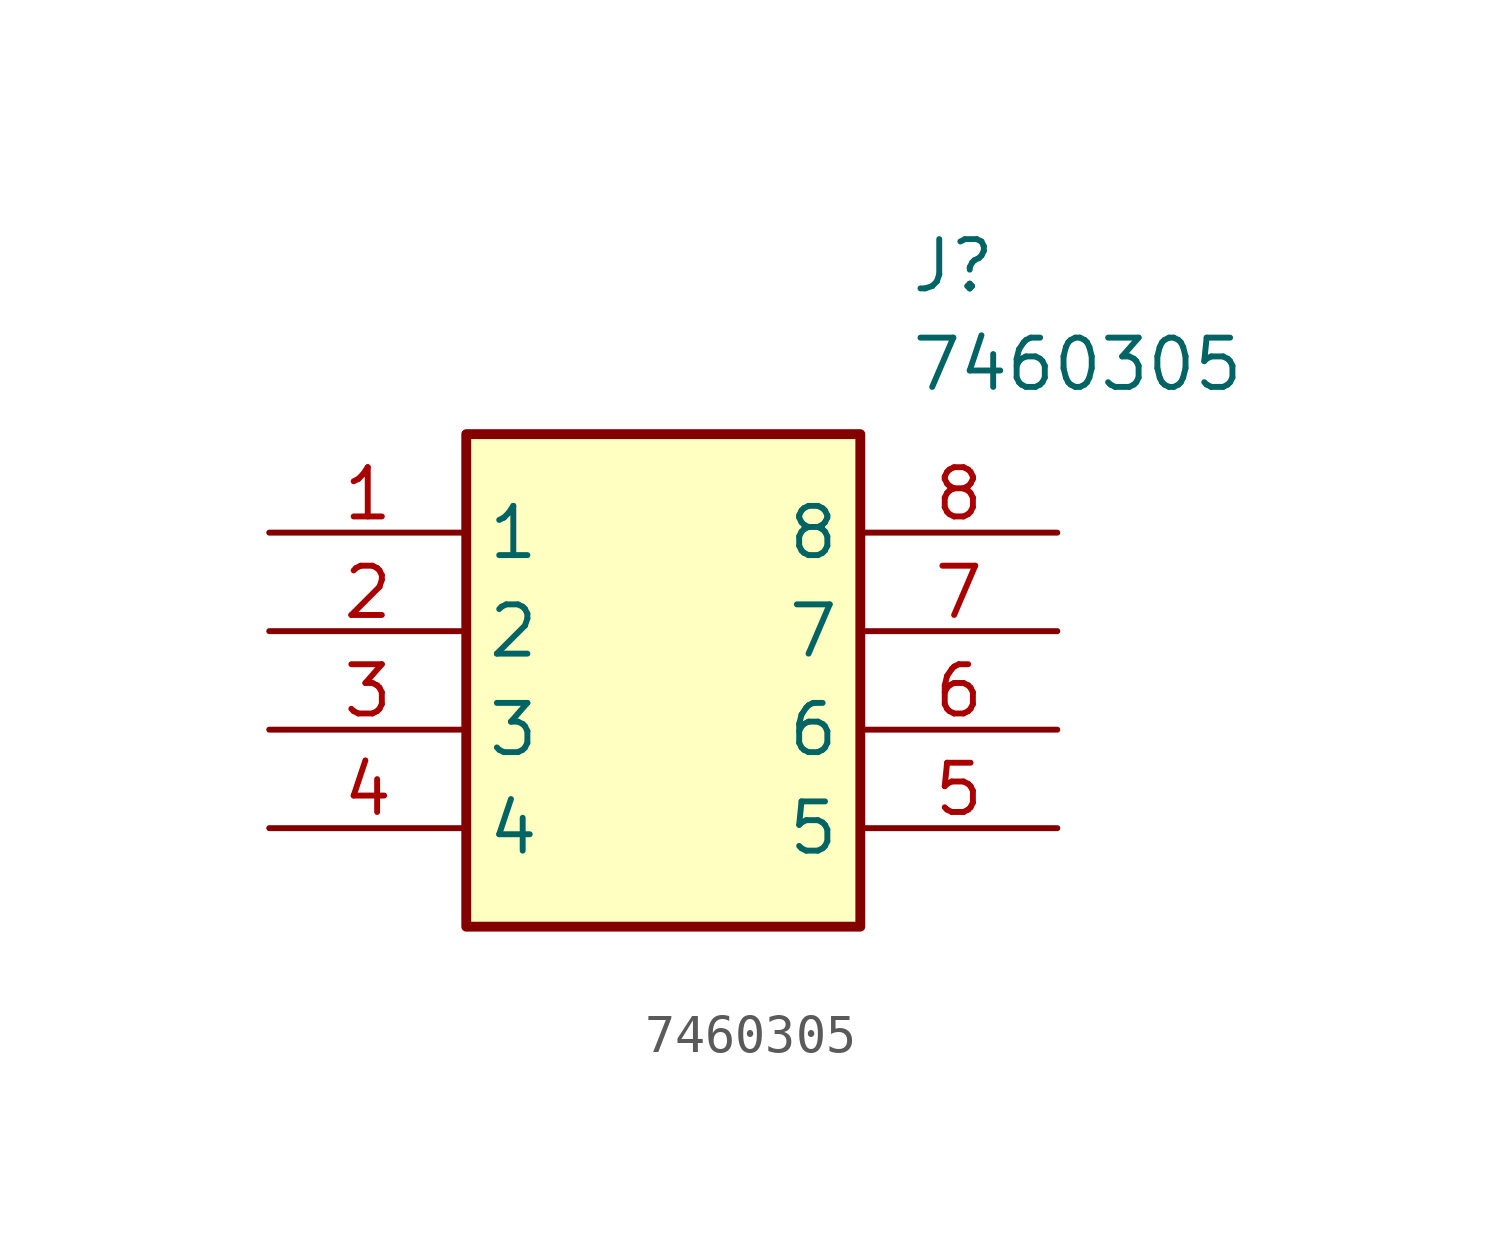
<source format=kicad_sym>
(kicad_symbol_lib
  (version 20211014)
  (generator SamacSys_ECAD_Model)
  (symbol "7460305"
    (property "Reference" "J"
      (at 16.51 7.62 0)
      (effects (font (size 1.27 1.27)) (justify left top)))
    (property "Value" "7460305"
      (at 16.51 5.08 0)
      (effects (font (size 1.27 1.27)) (justify left top)))
    (rectangle
      (start 5.08 2.54)
      (end 15.24 -10.16)
      (stroke (width 0.254) (type default))
      (fill (type background)))
    (pin passive line
      (at 0 0 0)
      (length 5.08)
      (name "1" (effects (font (size 1.27 1.27))))
      (number "1" (effects (font (size 1.27 1.27)))))
    (pin passive line
      (at 0 -2.54 0)
      (length 5.08)
      (name "2" (effects (font (size 1.27 1.27))))
      (number "2" (effects (font (size 1.27 1.27)))))
    (pin passive line
      (at 0 -5.08 0)
      (length 5.08)
      (name "3" (effects (font (size 1.27 1.27))))
      (number "3" (effects (font (size 1.27 1.27)))))
    (pin passive line
      (at 0 -7.62 0)
      (length 5.08)
      (name "4" (effects (font (size 1.27 1.27))))
      (number "4" (effects (font (size 1.27 1.27)))))
    (pin passive line
      (at 20.32 -7.62 180)
      (length 5.08)
      (name "5" (effects (font (size 1.27 1.27))))
      (number "5" (effects (font (size 1.27 1.27)))))
    (pin passive line
      (at 20.32 -5.08 180)
      (length 5.08)
      (name "6" (effects (font (size 1.27 1.27))))
      (number "6" (effects (font (size 1.27 1.27)))))
    (pin passive line
      (at 20.32 -2.54 180)
      (length 5.08)
      (name "7" (effects (font (size 1.27 1.27))))
      (number "7" (effects (font (size 1.27 1.27)))))
    (pin passive line
      (at 20.32 0 180)
      (length 5.08)
      (name "8" (effects (font (size 1.27 1.27))))
      (number "8" (effects (font (size 1.27 1.27)))))))
</source>
